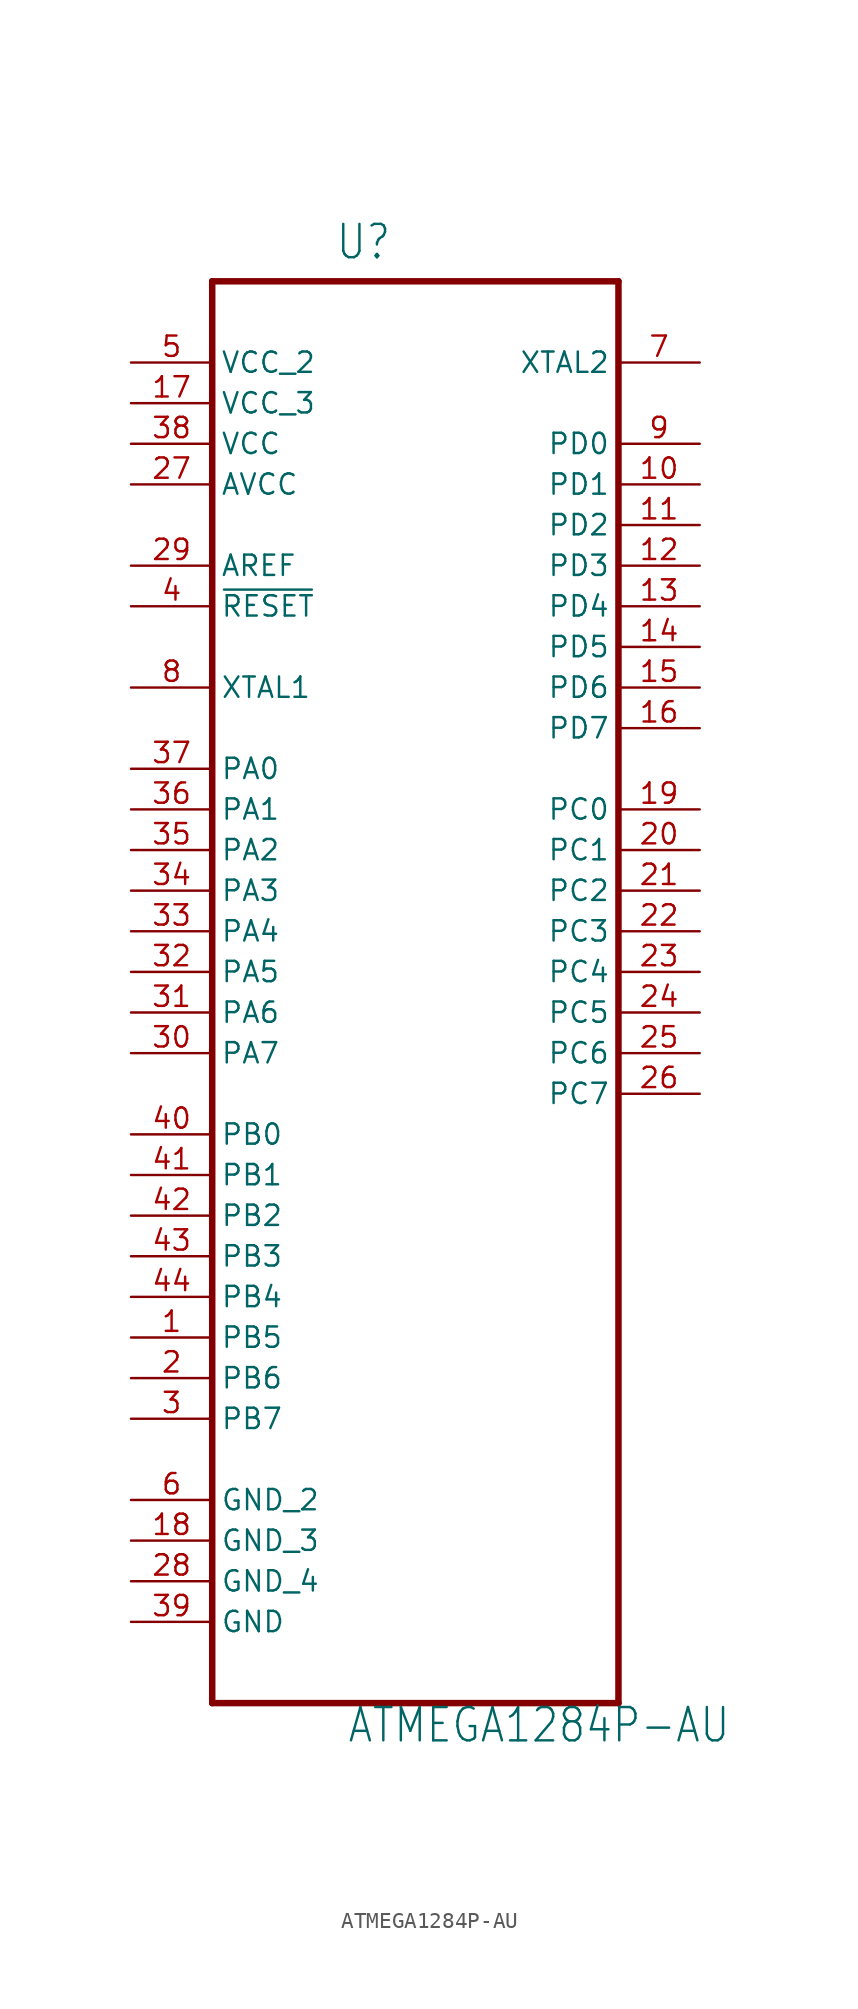
<source format=kicad_sym>
(kicad_symbol_lib
  (version 20211014)
  (generator kicad_symbol_editor)
  (symbol "ATMEGA1284P-AU"
    (property "Reference" "U"
      (at -5.029 41.885 0)
      (effects (font (size 2.083 1.77)) (justify left bottom)))
    (property "Value" "ATMEGA1284P-AU"
      (at -4.293 -50.851 0)
      (effects (font (size 2.083 1.77)) (justify left bottom)))
    (property "ki_locked" ""
      (at 0 0 0)
      (effects (font (size 1.27 1.27))))
    (symbol "ATMEGA1284P-AU_1_0"
      (polyline (pts (xy -12.7 -48.26) (xy 12.7 -48.26)) (stroke (width 0.406) (type default) (color 0 0 0 0)) (fill (type none)))
      (polyline (pts (xy -12.7 40.64) (xy -12.7 -48.26)) (stroke (width 0.406) (type default) (color 0 0 0 0)) (fill (type none)))
      (polyline (pts (xy 12.7 -48.26) (xy 12.7 40.64)) (stroke (width 0.406) (type default) (color 0 0 0 0)) (fill (type none)))
      (polyline (pts (xy 12.7 40.64) (xy -12.7 40.64)) (stroke (width 0.406) (type default) (color 0 0 0 0)) (fill (type none)))
      (pin bidirectional line (at -17.78 -25.4 0) (length 5.08) (name "PB5" (effects (font (size 1.27 1.27)))) (number "1" (effects (font (size 1.27 1.27)))))
      (pin bidirectional line (at 17.78 27.94 180) (length 5.08) (name "PD1" (effects (font (size 1.27 1.27)))) (number "10" (effects (font (size 1.27 1.27)))))
      (pin bidirectional line (at 17.78 25.4 180) (length 5.08) (name "PD2" (effects (font (size 1.27 1.27)))) (number "11" (effects (font (size 1.27 1.27)))))
      (pin bidirectional line (at 17.78 22.86 180) (length 5.08) (name "PD3" (effects (font (size 1.27 1.27)))) (number "12" (effects (font (size 1.27 1.27)))))
      (pin bidirectional line (at 17.78 20.32 180) (length 5.08) (name "PD4" (effects (font (size 1.27 1.27)))) (number "13" (effects (font (size 1.27 1.27)))))
      (pin bidirectional line (at 17.78 17.78 180) (length 5.08) (name "PD5" (effects (font (size 1.27 1.27)))) (number "14" (effects (font (size 1.27 1.27)))))
      (pin bidirectional line (at 17.78 15.24 180) (length 5.08) (name "PD6" (effects (font (size 1.27 1.27)))) (number "15" (effects (font (size 1.27 1.27)))))
      (pin bidirectional line (at 17.78 12.7 180) (length 5.08) (name "PD7" (effects (font (size 1.27 1.27)))) (number "16" (effects (font (size 1.27 1.27)))))
      (pin power_in line (at -17.78 33.02 0) (length 5.08) (name "VCC_3" (effects (font (size 1.27 1.27)))) (number "17" (effects (font (size 1.27 1.27)))))
      (pin passive line (at -17.78 -38.1 0) (length 5.08) (name "GND_3" (effects (font (size 1.27 1.27)))) (number "18" (effects (font (size 1.27 1.27)))))
      (pin bidirectional line (at 17.78 7.62 180) (length 5.08) (name "PC0" (effects (font (size 1.27 1.27)))) (number "19" (effects (font (size 1.27 1.27)))))
      (pin bidirectional line (at -17.78 -27.94 0) (length 5.08) (name "PB6" (effects (font (size 1.27 1.27)))) (number "2" (effects (font (size 1.27 1.27)))))
      (pin bidirectional line (at 17.78 5.08 180) (length 5.08) (name "PC1" (effects (font (size 1.27 1.27)))) (number "20" (effects (font (size 1.27 1.27)))))
      (pin bidirectional line (at 17.78 2.54 180) (length 5.08) (name "PC2" (effects (font (size 1.27 1.27)))) (number "21" (effects (font (size 1.27 1.27)))))
      (pin bidirectional line (at 17.78 0 180) (length 5.08) (name "PC3" (effects (font (size 1.27 1.27)))) (number "22" (effects (font (size 1.27 1.27)))))
      (pin bidirectional line (at 17.78 -2.54 180) (length 5.08) (name "PC4" (effects (font (size 1.27 1.27)))) (number "23" (effects (font (size 1.27 1.27)))))
      (pin bidirectional line (at 17.78 -5.08 180) (length 5.08) (name "PC5" (effects (font (size 1.27 1.27)))) (number "24" (effects (font (size 1.27 1.27)))))
      (pin bidirectional line (at 17.78 -7.62 180) (length 5.08) (name "PC6" (effects (font (size 1.27 1.27)))) (number "25" (effects (font (size 1.27 1.27)))))
      (pin bidirectional line (at 17.78 -10.16 180) (length 5.08) (name "PC7" (effects (font (size 1.27 1.27)))) (number "26" (effects (font (size 1.27 1.27)))))
      (pin power_in line (at -17.78 27.94 0) (length 5.08) (name "AVCC" (effects (font (size 1.27 1.27)))) (number "27" (effects (font (size 1.27 1.27)))))
      (pin passive line (at -17.78 -40.64 0) (length 5.08) (name "GND_4" (effects (font (size 1.27 1.27)))) (number "28" (effects (font (size 1.27 1.27)))))
      (pin input line (at -17.78 22.86 0) (length 5.08) (name "AREF" (effects (font (size 1.27 1.27)))) (number "29" (effects (font (size 1.27 1.27)))))
      (pin bidirectional line (at -17.78 -30.48 0) (length 5.08) (name "PB7" (effects (font (size 1.27 1.27)))) (number "3" (effects (font (size 1.27 1.27)))))
      (pin bidirectional line (at -17.78 -7.62 0) (length 5.08) (name "PA7" (effects (font (size 1.27 1.27)))) (number "30" (effects (font (size 1.27 1.27)))))
      (pin bidirectional line (at -17.78 -5.08 0) (length 5.08) (name "PA6" (effects (font (size 1.27 1.27)))) (number "31" (effects (font (size 1.27 1.27)))))
      (pin bidirectional line (at -17.78 -2.54 0) (length 5.08) (name "PA5" (effects (font (size 1.27 1.27)))) (number "32" (effects (font (size 1.27 1.27)))))
      (pin bidirectional line (at -17.78 0 0) (length 5.08) (name "PA4" (effects (font (size 1.27 1.27)))) (number "33" (effects (font (size 1.27 1.27)))))
      (pin bidirectional line (at -17.78 2.54 0) (length 5.08) (name "PA3" (effects (font (size 1.27 1.27)))) (number "34" (effects (font (size 1.27 1.27)))))
      (pin bidirectional line (at -17.78 5.08 0) (length 5.08) (name "PA2" (effects (font (size 1.27 1.27)))) (number "35" (effects (font (size 1.27 1.27)))))
      (pin bidirectional line (at -17.78 7.62 0) (length 5.08) (name "PA1" (effects (font (size 1.27 1.27)))) (number "36" (effects (font (size 1.27 1.27)))))
      (pin bidirectional line (at -17.78 10.16 0) (length 5.08) (name "PA0" (effects (font (size 1.27 1.27)))) (number "37" (effects (font (size 1.27 1.27)))))
      (pin power_in line (at -17.78 30.48 0) (length 5.08) (name "VCC" (effects (font (size 1.27 1.27)))) (number "38" (effects (font (size 1.27 1.27)))))
      (pin passive line (at -17.78 -43.18 0) (length 5.08) (name "GND" (effects (font (size 1.27 1.27)))) (number "39" (effects (font (size 1.27 1.27)))))
      (pin input line (at -17.78 20.32 0) (length 5.08) (name "~{RESET}" (effects (font (size 1.27 1.27)))) (number "4" (effects (font (size 1.27 1.27)))))
      (pin bidirectional line (at -17.78 -12.7 0) (length 5.08) (name "PB0" (effects (font (size 1.27 1.27)))) (number "40" (effects (font (size 1.27 1.27)))))
      (pin bidirectional line (at -17.78 -15.24 0) (length 5.08) (name "PB1" (effects (font (size 1.27 1.27)))) (number "41" (effects (font (size 1.27 1.27)))))
      (pin bidirectional line (at -17.78 -17.78 0) (length 5.08) (name "PB2" (effects (font (size 1.27 1.27)))) (number "42" (effects (font (size 1.27 1.27)))))
      (pin bidirectional line (at -17.78 -20.32 0) (length 5.08) (name "PB3" (effects (font (size 1.27 1.27)))) (number "43" (effects (font (size 1.27 1.27)))))
      (pin bidirectional line (at -17.78 -22.86 0) (length 5.08) (name "PB4" (effects (font (size 1.27 1.27)))) (number "44" (effects (font (size 1.27 1.27)))))
      (pin power_in line (at -17.78 35.56 0) (length 5.08) (name "VCC_2" (effects (font (size 1.27 1.27)))) (number "5" (effects (font (size 1.27 1.27)))))
      (pin passive line (at -17.78 -35.56 0) (length 5.08) (name "GND_2" (effects (font (size 1.27 1.27)))) (number "6" (effects (font (size 1.27 1.27)))))
      (pin output line (at 17.78 35.56 180) (length 5.08) (name "XTAL2" (effects (font (size 1.27 1.27)))) (number "7" (effects (font (size 1.27 1.27)))))
      (pin input line (at -17.78 15.24 0) (length 5.08) (name "XTAL1" (effects (font (size 1.27 1.27)))) (number "8" (effects (font (size 1.27 1.27)))))
      (pin bidirectional line (at 17.78 30.48 180) (length 5.08) (name "PD0" (effects (font (size 1.27 1.27)))) (number "9" (effects (font (size 1.27 1.27))))))))
</source>
